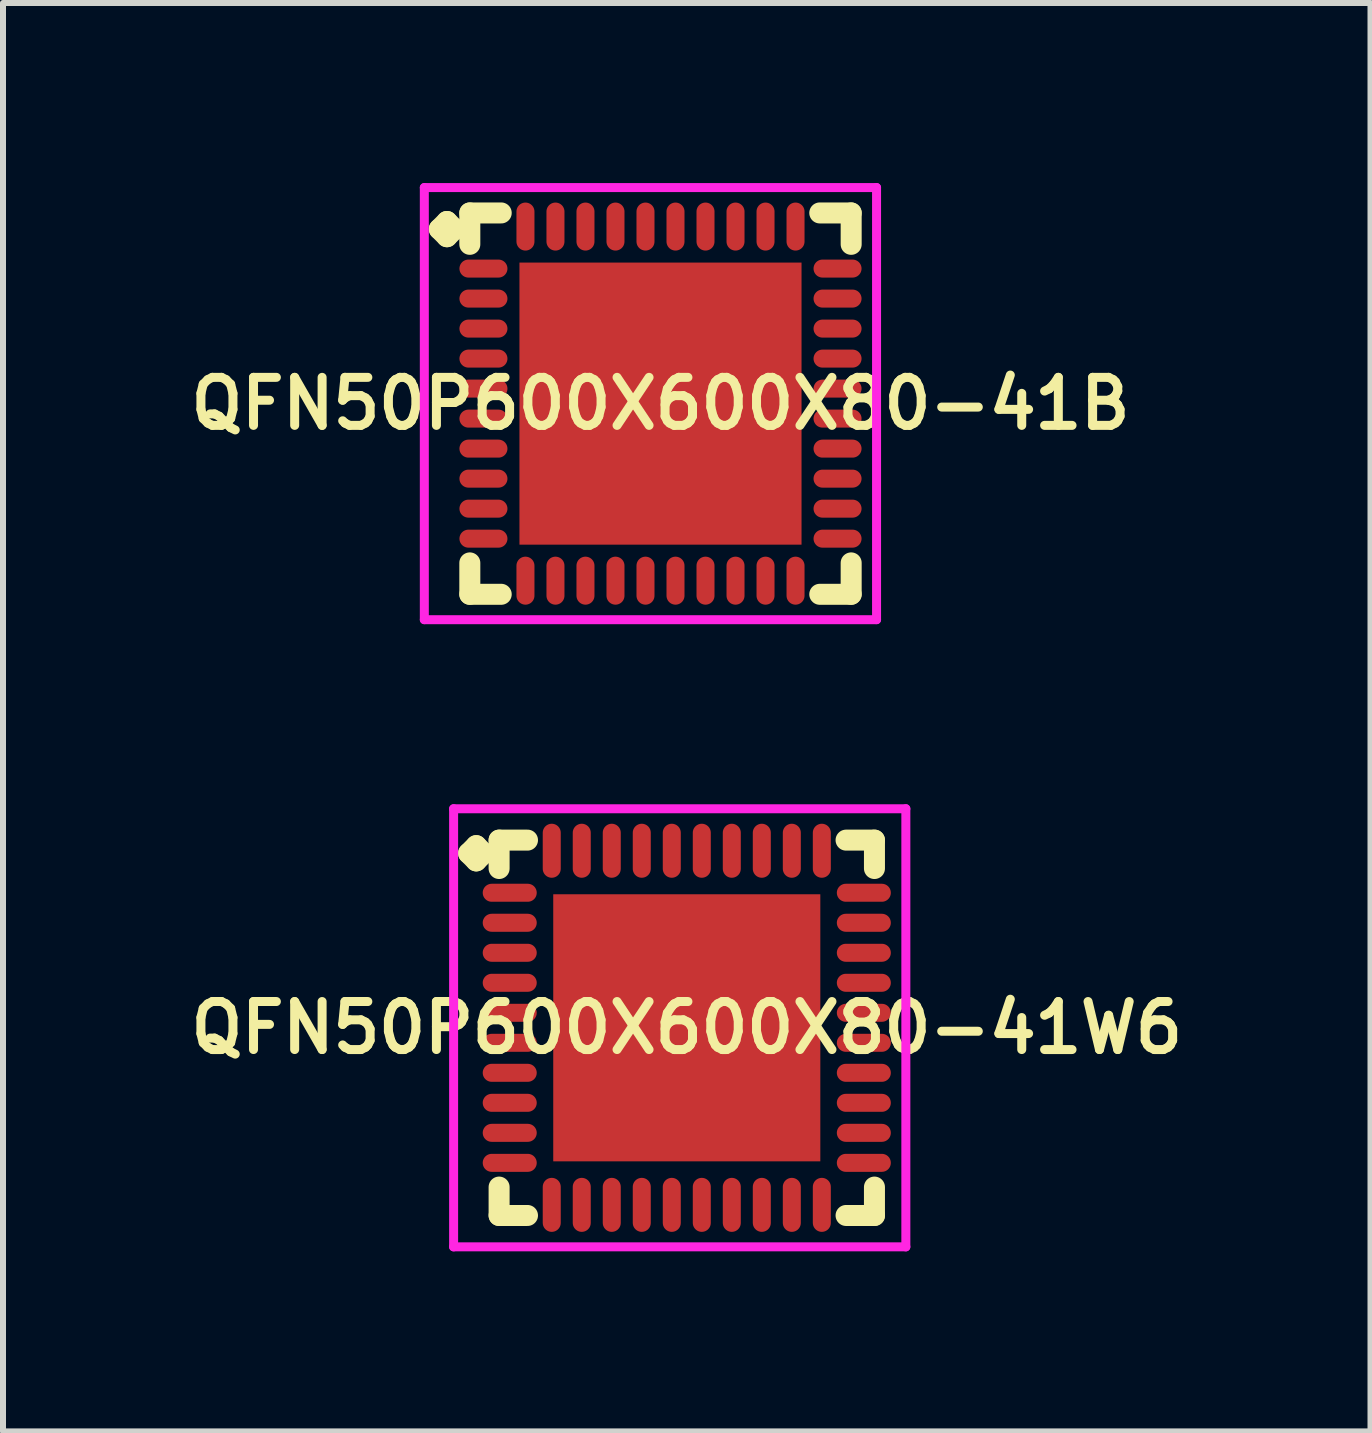
<source format=kicad_pcb>
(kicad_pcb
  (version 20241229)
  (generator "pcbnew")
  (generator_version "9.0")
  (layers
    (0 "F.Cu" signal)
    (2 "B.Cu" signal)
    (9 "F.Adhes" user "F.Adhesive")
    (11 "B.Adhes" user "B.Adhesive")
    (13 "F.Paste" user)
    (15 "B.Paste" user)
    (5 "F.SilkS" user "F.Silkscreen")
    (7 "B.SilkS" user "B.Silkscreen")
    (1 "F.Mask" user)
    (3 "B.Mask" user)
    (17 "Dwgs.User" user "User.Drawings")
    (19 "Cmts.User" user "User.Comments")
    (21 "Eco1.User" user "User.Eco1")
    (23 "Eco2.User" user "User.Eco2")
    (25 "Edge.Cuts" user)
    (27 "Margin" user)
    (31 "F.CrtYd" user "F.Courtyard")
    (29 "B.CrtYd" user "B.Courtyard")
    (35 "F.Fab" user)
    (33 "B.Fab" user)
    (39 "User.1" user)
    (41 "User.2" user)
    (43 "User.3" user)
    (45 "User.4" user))
  (footprint "QFN50P600X600X80-41W6"
    (layer "F.Cu")
    (at 8.393 14.075)
    (property "Reference" "QFN50P600X600X80-41W6" (at 0 0 0) (layer "F.SilkS") (effects (font (size 0.8 0.8) (thickness 0.15))))
    (attr smd)
    (fp_line (start -3.635 -2.908) (end -3.508 -3.035) (stroke (width 0.35) (type solid)) (layer "F.SilkS"))
    (fp_line (start -3.508 -3.035) (end -3.381 -2.908) (stroke (width 0.35) (type solid)) (layer "F.SilkS"))
    (fp_line (start -3.508 -2.781) (end -3.635 -2.908) (stroke (width 0.35) (type solid)) (layer "F.SilkS"))
    (fp_line (start -3.381 -2.908) (end -3.508 -2.781) (stroke (width 0.35) (type solid)) (layer "F.SilkS"))
    (fp_line (start -3.127 -3.127) (end -2.654 -3.127) (stroke (width 0.35) (type solid)) (layer "F.SilkS"))
    (fp_line (start -3.127 -2.654) (end -3.127 -3.127) (stroke (width 0.35) (type solid)) (layer "F.SilkS"))
    (fp_line (start -3.127 2.654) (end -3.127 3.127) (stroke (width 0.35) (type solid)) (layer "F.SilkS"))
    (fp_line (start -3.127 3.127) (end -2.654 3.127) (stroke (width 0.35) (type solid)) (layer "F.SilkS"))
    (fp_line (start 2.654 -3.127) (end 3.127 -3.127) (stroke (width 0.35) (type solid)) (layer "F.SilkS"))
    (fp_line (start 2.654 3.127) (end 3.127 3.127) (stroke (width 0.35) (type solid)) (layer "F.SilkS"))
    (fp_line (start 3.127 -3.127) (end 3.127 -2.654) (stroke (width 0.35) (type solid)) (layer "F.SilkS"))
    (fp_line (start 3.127 3.127) (end 3.127 2.654) (stroke (width 0.35) (type solid)) (layer "F.SilkS"))
    (fp_line (start -3.885 -3.65) (end 3.65 -3.65) (stroke (width 0.15) (type solid)) (layer "F.CrtYd"))
    (fp_line (start -3.885 3.65) (end -3.885 -3.65) (stroke (width 0.15) (type solid)) (layer "F.CrtYd"))
    (fp_line (start 3.65 -3.65) (end 3.65 3.65) (stroke (width 0.15) (type solid)) (layer "F.CrtYd"))
    (fp_line (start 3.65 3.65) (end -3.885 3.65) (stroke (width 0.15) (type solid)) (layer "F.CrtYd"))
    (pad "1" smd oval (at -2.95 -2.25) (size 0.9 0.3) (layers "F.Cu" "F.Mask" "F.Paste"))
    (pad "2" smd oval (at -2.95 -1.75) (size 0.9 0.3) (layers "F.Cu" "F.Mask" "F.Paste"))
    (pad "3" smd oval (at -2.95 -1.25) (size 0.9 0.3) (layers "F.Cu" "F.Mask" "F.Paste"))
    (pad "4" smd oval (at -2.95 -0.75) (size 0.9 0.3) (layers "F.Cu" "F.Mask" "F.Paste"))
    (pad "5" smd oval (at -2.95 -0.25) (size 0.9 0.3) (layers "F.Cu" "F.Mask" "F.Paste"))
    (pad "6" smd oval (at -2.95 0.25) (size 0.9 0.3) (layers "F.Cu" "F.Mask" "F.Paste"))
    (pad "7" smd oval (at -2.95 0.75) (size 0.9 0.3) (layers "F.Cu" "F.Mask" "F.Paste"))
    (pad "8" smd oval (at -2.95 1.25) (size 0.9 0.3) (layers "F.Cu" "F.Mask" "F.Paste"))
    (pad "9" smd oval (at -2.95 1.75) (size 0.9 0.3) (layers "F.Cu" "F.Mask" "F.Paste"))
    (pad "10" smd oval (at -2.95 2.25) (size 0.9 0.3) (layers "F.Cu" "F.Mask" "F.Paste"))
    (pad "11" smd oval (at -2.25 2.95) (size 0.3 0.9) (layers "F.Cu" "F.Mask" "F.Paste"))
    (pad "12" smd oval (at -1.75 2.95) (size 0.3 0.9) (layers "F.Cu" "F.Mask" "F.Paste"))
    (pad "13" smd oval (at -1.25 2.95) (size 0.3 0.9) (layers "F.Cu" "F.Mask" "F.Paste"))
    (pad "14" smd oval (at -0.75 2.95) (size 0.3 0.9) (layers "F.Cu" "F.Mask" "F.Paste"))
    (pad "15" smd oval (at -0.25 2.95) (size 0.3 0.9) (layers "F.Cu" "F.Mask" "F.Paste"))
    (pad "16" smd oval (at 0.25 2.95) (size 0.3 0.9) (layers "F.Cu" "F.Mask" "F.Paste"))
    (pad "17" smd oval (at 0.75 2.95) (size 0.3 0.9) (layers "F.Cu" "F.Mask" "F.Paste"))
    (pad "18" smd oval (at 1.25 2.95) (size 0.3 0.9) (layers "F.Cu" "F.Mask" "F.Paste"))
    (pad "19" smd oval (at 1.75 2.95) (size 0.3 0.9) (layers "F.Cu" "F.Mask" "F.Paste"))
    (pad "20" smd oval (at 2.25 2.95) (size 0.3 0.9) (layers "F.Cu" "F.Mask" "F.Paste"))
    (pad "21" smd oval (at 2.95 2.25) (size 0.9 0.3) (layers "F.Cu" "F.Mask" "F.Paste"))
    (pad "22" smd oval (at 2.95 1.75) (size 0.9 0.3) (layers "F.Cu" "F.Mask" "F.Paste"))
    (pad "23" smd oval (at 2.95 1.25) (size 0.9 0.3) (layers "F.Cu" "F.Mask" "F.Paste"))
    (pad "24" smd oval (at 2.95 0.75) (size 0.9 0.3) (layers "F.Cu" "F.Mask" "F.Paste"))
    (pad "25" smd oval (at 2.95 0.25) (size 0.9 0.3) (layers "F.Cu" "F.Mask" "F.Paste"))
    (pad "26" smd oval (at 2.95 -0.25) (size 0.9 0.3) (layers "F.Cu" "F.Mask" "F.Paste"))
    (pad "27" smd oval (at 2.95 -0.75) (size 0.9 0.3) (layers "F.Cu" "F.Mask" "F.Paste"))
    (pad "28" smd oval (at 2.95 -1.25) (size 0.9 0.3) (layers "F.Cu" "F.Mask" "F.Paste"))
    (pad "29" smd oval (at 2.95 -1.75) (size 0.9 0.3) (layers "F.Cu" "F.Mask" "F.Paste"))
    (pad "30" smd oval (at 2.95 -2.25) (size 0.9 0.3) (layers "F.Cu" "F.Mask" "F.Paste"))
    (pad "31" smd oval (at 2.25 -2.95) (size 0.3 0.9) (layers "F.Cu" "F.Mask" "F.Paste"))
    (pad "32" smd oval (at 1.75 -2.95) (size 0.3 0.9) (layers "F.Cu" "F.Mask" "F.Paste"))
    (pad "33" smd oval (at 1.25 -2.95) (size 0.3 0.9) (layers "F.Cu" "F.Mask" "F.Paste"))
    (pad "34" smd oval (at 0.75 -2.95) (size 0.3 0.9) (layers "F.Cu" "F.Mask" "F.Paste"))
    (pad "35" smd oval (at 0.25 -2.95) (size 0.3 0.9) (layers "F.Cu" "F.Mask" "F.Paste"))
    (pad "36" smd oval (at -0.25 -2.95) (size 0.3 0.9) (layers "F.Cu" "F.Mask" "F.Paste"))
    (pad "37" smd oval (at -0.75 -2.95) (size 0.3 0.9) (layers "F.Cu" "F.Mask" "F.Paste"))
    (pad "38" smd oval (at -1.25 -2.95) (size 0.3 0.9) (layers "F.Cu" "F.Mask" "F.Paste"))
    (pad "39" smd oval (at -1.75 -2.95) (size 0.3 0.9) (layers "F.Cu" "F.Mask" "F.Paste"))
    (pad "40" smd oval (at -2.25 -2.95) (size 0.3 0.9) (layers "F.Cu" "F.Mask" "F.Paste"))
    (pad "41" smd rect (at 0 0) (size 4.45 4.45) (layers "F.Cu" "F.Mask" "F.Paste")))
  (footprint "QFN50P600X600X80-41B"
    (layer "F.Cu")
    (at 7.955 3.675)
    (property "Reference" "QFN50P600X600X80-41B" (at 0 0 0) (layer "F.SilkS") (effects (font (size 0.8 0.8) (thickness 0.15))))
    (attr smd)
    (fp_line (start -3.685 -2.908) (end -3.558 -3.035) (stroke (width 0.35) (type solid)) (layer "F.SilkS"))
    (fp_line (start -3.558 -3.035) (end -3.431 -2.908) (stroke (width 0.35) (type solid)) (layer "F.SilkS"))
    (fp_line (start -3.558 -2.781) (end -3.685 -2.908) (stroke (width 0.35) (type solid)) (layer "F.SilkS"))
    (fp_line (start -3.431 -2.908) (end -3.558 -2.781) (stroke (width 0.35) (type solid)) (layer "F.SilkS"))
    (fp_line (start -3.177 -3.177) (end -2.654 -3.177) (stroke (width 0.35) (type solid)) (layer "F.SilkS"))
    (fp_line (start -3.177 -2.654) (end -3.177 -3.177) (stroke (width 0.35) (type solid)) (layer "F.SilkS"))
    (fp_line (start -3.177 2.654) (end -3.177 3.177) (stroke (width 0.35) (type solid)) (layer "F.SilkS"))
    (fp_line (start -3.177 3.177) (end -2.654 3.177) (stroke (width 0.35) (type solid)) (layer "F.SilkS"))
    (fp_line (start 2.654 -3.177) (end 3.177 -3.177) (stroke (width 0.35) (type solid)) (layer "F.SilkS"))
    (fp_line (start 2.654 3.177) (end 3.177 3.177) (stroke (width 0.35) (type solid)) (layer "F.SilkS"))
    (fp_line (start 3.177 -3.177) (end 3.177 -2.654) (stroke (width 0.35) (type solid)) (layer "F.SilkS"))
    (fp_line (start 3.177 3.177) (end 3.177 2.654) (stroke (width 0.35) (type solid)) (layer "F.SilkS"))
    (fp_line (start -3.935 -3.6) (end 3.6 -3.6) (stroke (width 0.15) (type solid)) (layer "F.CrtYd"))
    (fp_line (start -3.935 3.6) (end -3.935 -3.6) (stroke (width 0.15) (type solid)) (layer "F.CrtYd"))
    (fp_line (start 3.6 -3.6) (end 3.6 3.6) (stroke (width 0.15) (type solid)) (layer "F.CrtYd"))
    (fp_line (start 3.6 3.6) (end -3.935 3.6) (stroke (width 0.15) (type solid)) (layer "F.CrtYd"))
    (pad "1" smd oval (at -2.95 -2.25) (size 0.8 0.3) (layers "F.Cu" "F.Mask" "F.Paste"))
    (pad "2" smd oval (at -2.95 -1.75) (size 0.8 0.3) (layers "F.Cu" "F.Mask" "F.Paste"))
    (pad "3" smd oval (at -2.95 -1.25) (size 0.8 0.3) (layers "F.Cu" "F.Mask" "F.Paste"))
    (pad "4" smd oval (at -2.95 -0.75) (size 0.8 0.3) (layers "F.Cu" "F.Mask" "F.Paste"))
    (pad "5" smd oval (at -2.95 -0.25) (size 0.8 0.3) (layers "F.Cu" "F.Mask" "F.Paste"))
    (pad "6" smd oval (at -2.95 0.25) (size 0.8 0.3) (layers "F.Cu" "F.Mask" "F.Paste"))
    (pad "7" smd oval (at -2.95 0.75) (size 0.8 0.3) (layers "F.Cu" "F.Mask" "F.Paste"))
    (pad "8" smd oval (at -2.95 1.25) (size 0.8 0.3) (layers "F.Cu" "F.Mask" "F.Paste"))
    (pad "9" smd oval (at -2.95 1.75) (size 0.8 0.3) (layers "F.Cu" "F.Mask" "F.Paste"))
    (pad "10" smd oval (at -2.95 2.25) (size 0.8 0.3) (layers "F.Cu" "F.Mask" "F.Paste"))
    (pad "11" smd oval (at -2.25 2.95) (size 0.3 0.8) (layers "F.Cu" "F.Mask" "F.Paste"))
    (pad "12" smd oval (at -1.75 2.95) (size 0.3 0.8) (layers "F.Cu" "F.Mask" "F.Paste"))
    (pad "13" smd oval (at -1.25 2.95) (size 0.3 0.8) (layers "F.Cu" "F.Mask" "F.Paste"))
    (pad "14" smd oval (at -0.75 2.95) (size 0.3 0.8) (layers "F.Cu" "F.Mask" "F.Paste"))
    (pad "15" smd oval (at -0.25 2.95) (size 0.3 0.8) (layers "F.Cu" "F.Mask" "F.Paste"))
    (pad "16" smd oval (at 0.25 2.95) (size 0.3 0.8) (layers "F.Cu" "F.Mask" "F.Paste"))
    (pad "17" smd oval (at 0.75 2.95) (size 0.3 0.8) (layers "F.Cu" "F.Mask" "F.Paste"))
    (pad "18" smd oval (at 1.25 2.95) (size 0.3 0.8) (layers "F.Cu" "F.Mask" "F.Paste"))
    (pad "19" smd oval (at 1.75 2.95) (size 0.3 0.8) (layers "F.Cu" "F.Mask" "F.Paste"))
    (pad "20" smd oval (at 2.25 2.95) (size 0.3 0.8) (layers "F.Cu" "F.Mask" "F.Paste"))
    (pad "21" smd oval (at 2.95 2.25) (size 0.8 0.3) (layers "F.Cu" "F.Mask" "F.Paste"))
    (pad "22" smd oval (at 2.95 1.75) (size 0.8 0.3) (layers "F.Cu" "F.Mask" "F.Paste"))
    (pad "23" smd oval (at 2.95 1.25) (size 0.8 0.3) (layers "F.Cu" "F.Mask" "F.Paste"))
    (pad "24" smd oval (at 2.95 0.75) (size 0.8 0.3) (layers "F.Cu" "F.Mask" "F.Paste"))
    (pad "25" smd oval (at 2.95 0.25) (size 0.8 0.3) (layers "F.Cu" "F.Mask" "F.Paste"))
    (pad "26" smd oval (at 2.95 -0.25) (size 0.8 0.3) (layers "F.Cu" "F.Mask" "F.Paste"))
    (pad "27" smd oval (at 2.95 -0.75) (size 0.8 0.3) (layers "F.Cu" "F.Mask" "F.Paste"))
    (pad "28" smd oval (at 2.95 -1.25) (size 0.8 0.3) (layers "F.Cu" "F.Mask" "F.Paste"))
    (pad "29" smd oval (at 2.95 -1.75) (size 0.8 0.3) (layers "F.Cu" "F.Mask" "F.Paste"))
    (pad "30" smd oval (at 2.95 -2.25) (size 0.8 0.3) (layers "F.Cu" "F.Mask" "F.Paste"))
    (pad "31" smd oval (at 2.25 -2.95) (size 0.3 0.8) (layers "F.Cu" "F.Mask" "F.Paste"))
    (pad "32" smd oval (at 1.75 -2.95) (size 0.3 0.8) (layers "F.Cu" "F.Mask" "F.Paste"))
    (pad "33" smd oval (at 1.25 -2.95) (size 0.3 0.8) (layers "F.Cu" "F.Mask" "F.Paste"))
    (pad "34" smd oval (at 0.75 -2.95) (size 0.3 0.8) (layers "F.Cu" "F.Mask" "F.Paste"))
    (pad "35" smd oval (at 0.25 -2.95) (size 0.3 0.8) (layers "F.Cu" "F.Mask" "F.Paste"))
    (pad "36" smd oval (at -0.25 -2.95) (size 0.3 0.8) (layers "F.Cu" "F.Mask" "F.Paste"))
    (pad "37" smd oval (at -0.75 -2.95) (size 0.3 0.8) (layers "F.Cu" "F.Mask" "F.Paste"))
    (pad "38" smd oval (at -1.25 -2.95) (size 0.3 0.8) (layers "F.Cu" "F.Mask" "F.Paste"))
    (pad "39" smd oval (at -1.75 -2.95) (size 0.3 0.8) (layers "F.Cu" "F.Mask" "F.Paste"))
    (pad "40" smd oval (at -2.25 -2.95) (size 0.3 0.8) (layers "F.Cu" "F.Mask" "F.Paste"))
    (pad "41" smd rect (at 0 0) (size 4.7 4.7) (layers "F.Cu" "F.Mask" "F.Paste")))
  (gr_rect
    (start -3 -3)
    (end 19.785 20.8)
    (stroke (width 0.1) (type default))
    (fill no)
    (layer "Edge.Cuts")))
</source>
